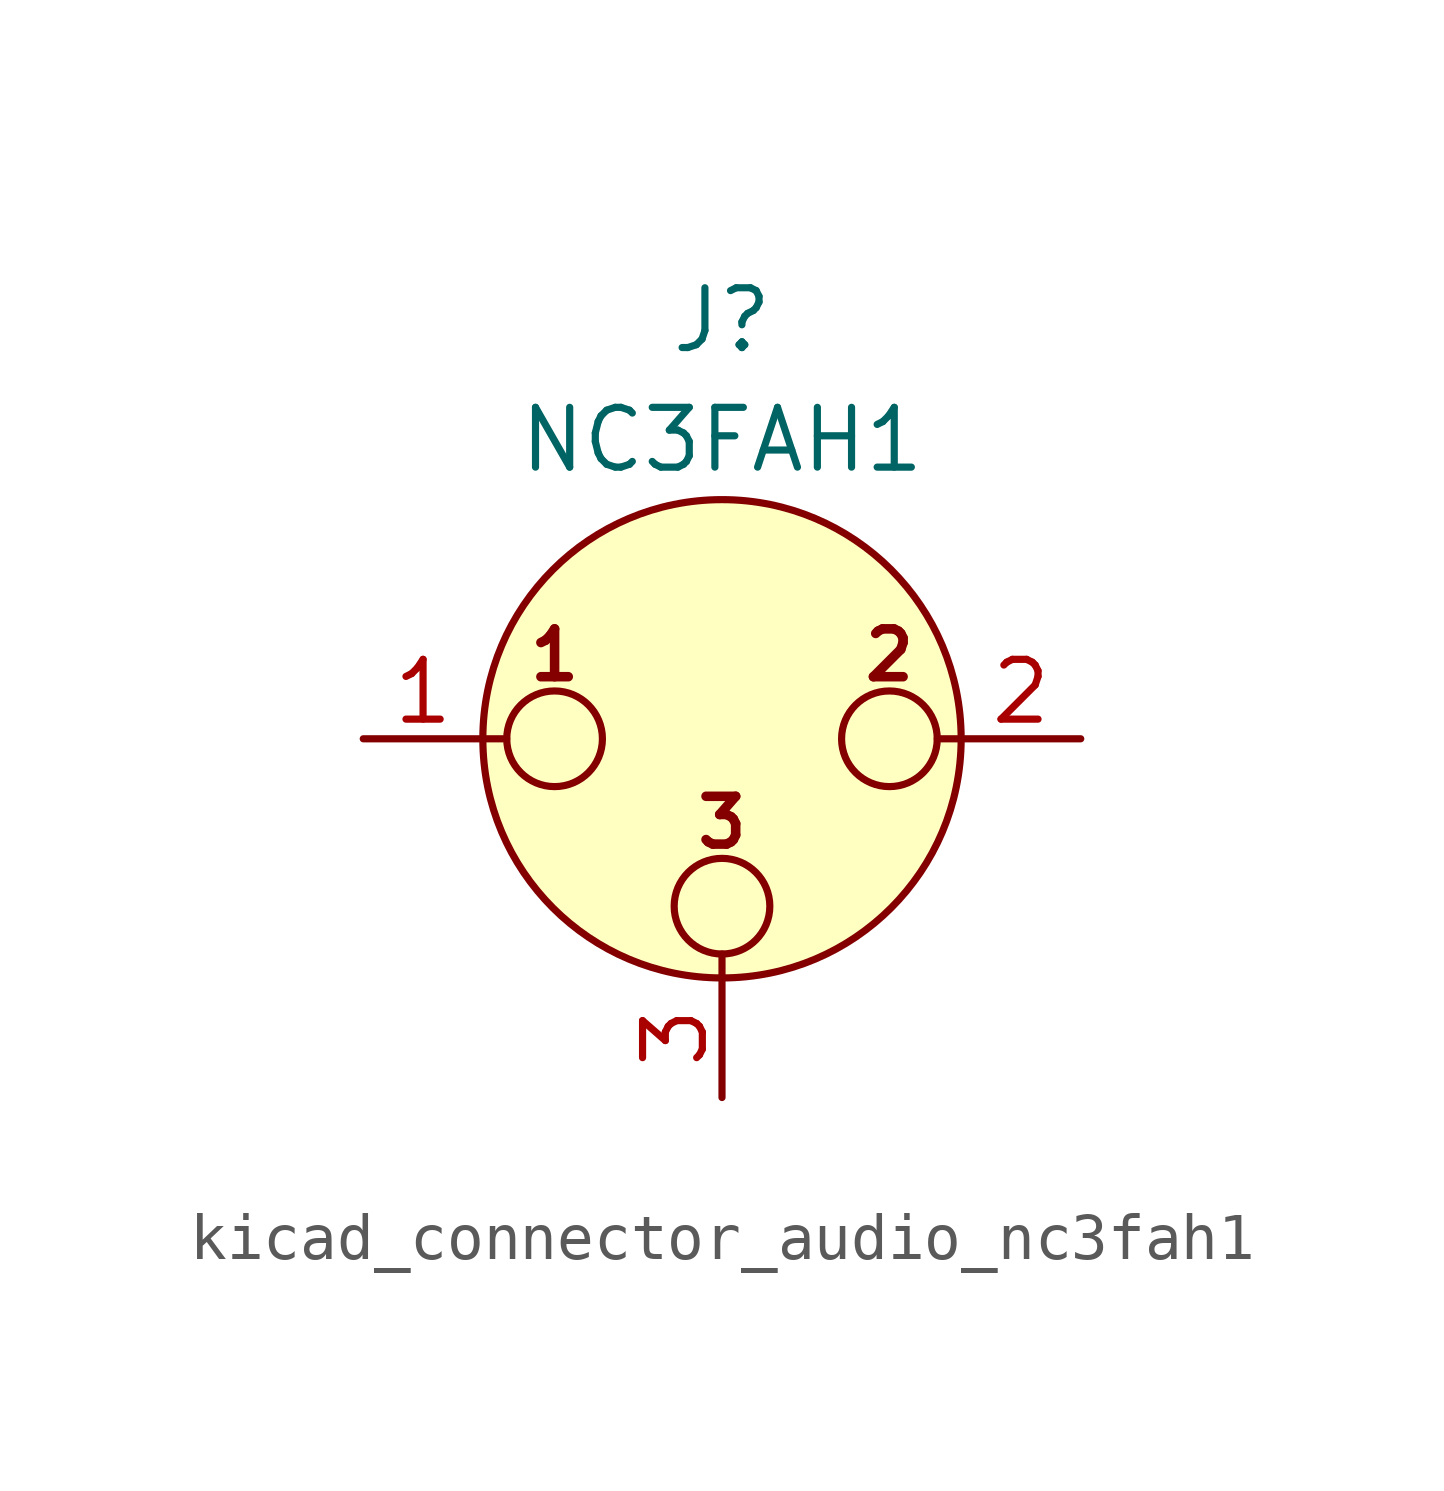
<source format=kicad_sym>
(kicad_symbol_lib
  (version 20220914)
  (generator kicad_symbol_editor)
  (symbol "kicad_connector_audio_nc3fah1"
    (pin_names hide)
    (property "Reference" "J"
      (at 0 8.89 0)
      (effects (font (size 1.27 1.27))))
    (property "Value" "NC3FAH1"
      (at 0 6.35 0)
      (effects (font (size 1.27 1.27))))
    (symbol "kicad_connector_audio_nc3fah1_0_1"
      (circle (center -3.556 0) (radius 1.016) (stroke (width 0) (type default)) (fill (type none)))
      (circle (center 0 -3.556) (radius 1.016) (stroke (width 0) (type default)) (fill (type none)))
      (polyline (pts (xy -5.08 0) (xy -4.572 0)) (stroke (width 0) (type default)) (fill (type none)))
      (polyline (pts (xy 0 -5.08) (xy 0 -4.572)) (stroke (width 0) (type default)) (fill (type none)))
      (polyline (pts (xy 5.08 0) (xy 4.572 0)) (stroke (width 0) (type default)) (fill (type none)))
      (circle (center 0 0) (radius 5.08) (stroke (width 0) (type default)) (fill (type background)))
      (circle (center 3.556 0) (radius 1.016) (stroke (width 0) (type default)) (fill (type none)))
      (text "1" (at -3.556 1.778 0) (effects (font (size 1.016 1.016) bold)))
      (text "2" (at 3.556 1.778 0) (effects (font (size 1.016 1.016) bold)))
      (text "3" (at 0 -1.778 0) (effects (font (size 1.016 1.016) bold)))
      (pin passive line (at -7.62 0 0) (length 2.54) (name "~" (effects (font (size 1.27 1.27)))) (number "1" (effects (font (size 1.27 1.27)))))
      (pin passive line (at 7.62 0 180) (length 2.54) (name "~" (effects (font (size 1.27 1.27)))) (number "2" (effects (font (size 1.27 1.27)))))
      (pin passive line (at 0 -7.62 90) (length 2.54) (name "~" (effects (font (size 1.27 1.27)))) (number "3" (effects (font (size 1.27 1.27))))))))
</source>
